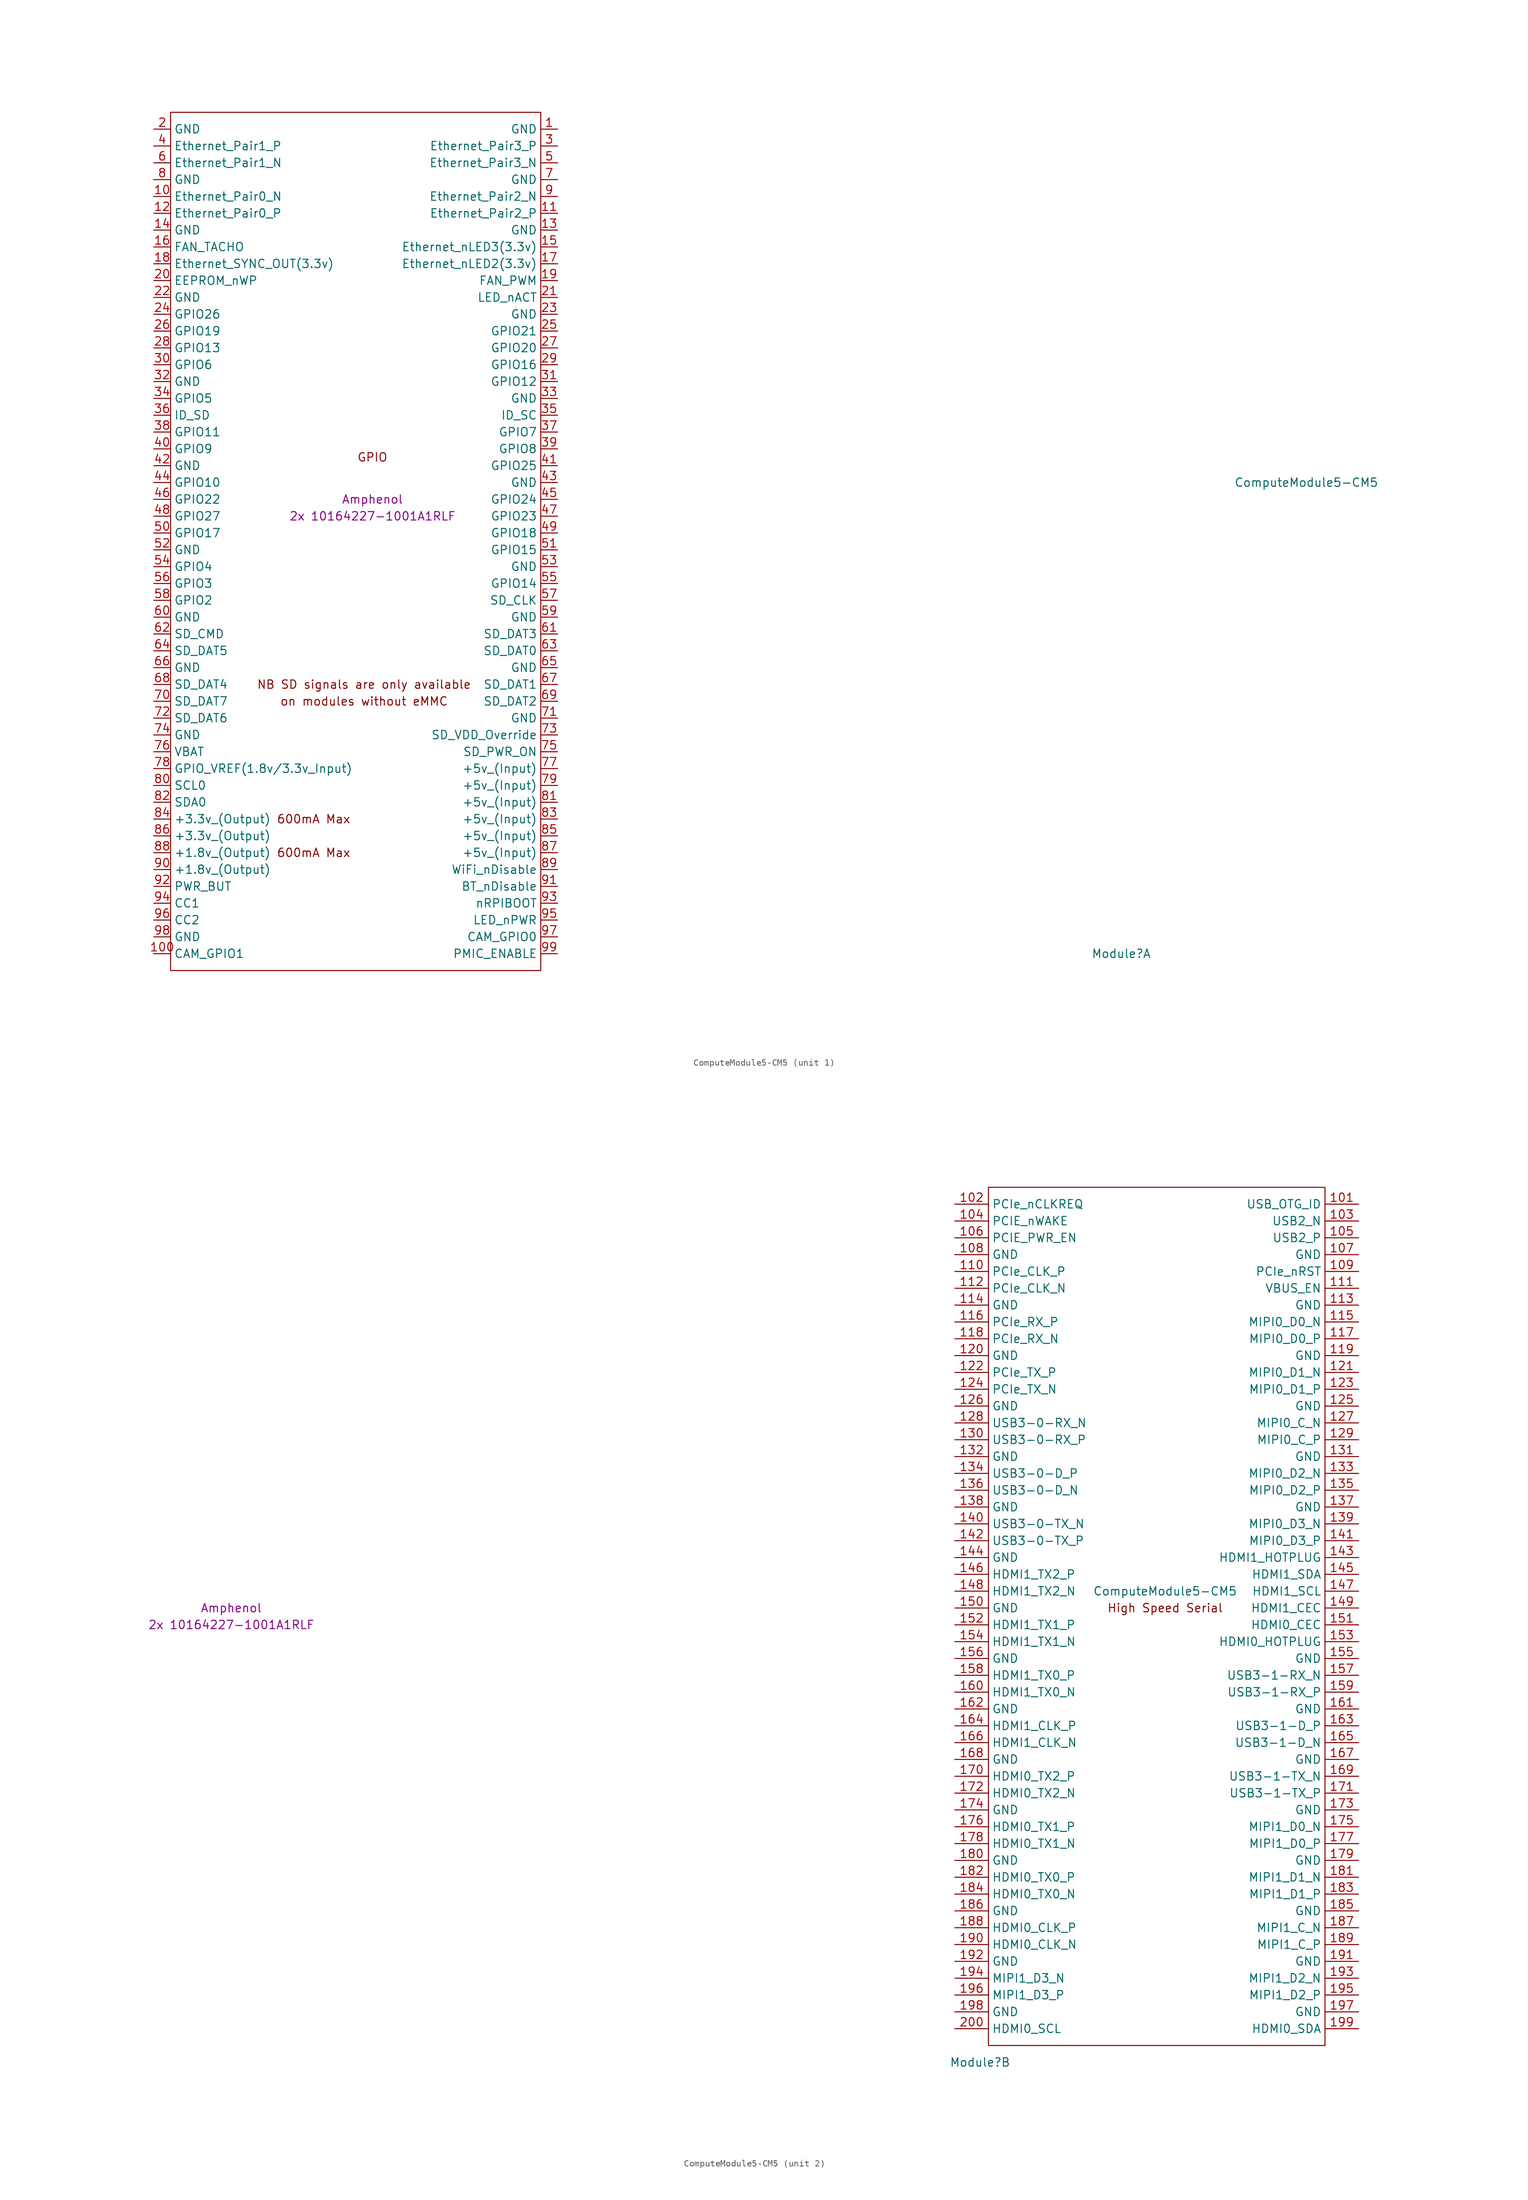
<source format=kicad_sym>
(kicad_symbol_lib
  (version 20241209)
  (generator "kicad_symbol_editor")
  (generator_version "9.0")
  (symbol "ComputeModule5-CM5"
    (property "Reference" "Module"
      (at 113.03 -68.58 0)
      (effects (font (size 1.27 1.27))))
    (property "Value" "ComputeModule5-CM5"
      (at 140.97 2.54 0)
      (effects (font (size 1.27 1.27))))
    (property "Field4" "Amphenol"
      (at 0 0 0)
      (effects (font (size 1.27 1.27))))
    (property "Field5" "2x 10164227-1001A1RLF"
      (at 0 -2.54 0)
      (effects (font (size 1.27 1.27))))
    (property "ki_locked" ""
      (at 0 0 0)
      (effects (font (size 1.27 1.27))))
    (symbol "ComputeModule5-CM5_1_0"
      (text "GPIO" (at 0 6.35 0) (effects (font (size 1.27 1.27)))))
    (symbol "ComputeModule5-CM5_1_1"
      (rectangle (start -30.48 -71.12) (end 25.4 58.42) (stroke (width 0) (type default)) (fill (type none)))
      (text "600mA Max" (at -8.89 -48.26 0) (effects (font (size 1.27 1.27))))
      (text "600mA Max" (at -8.89 -53.34 0) (effects (font (size 1.27 1.27))))
      (text "NB SD signals are only available" (at -1.27 -27.94 0) (effects (font (size 1.27 1.27))))
      (text "on modules without eMMC" (at -1.27 -30.48 0) (effects (font (size 1.27 1.27))))
      (pin power_in line (at -33.02 55.88 0) (length 2.54) (name "GND" (effects (font (size 1.27 1.27)))) (number "2" (effects (font (size 1.27 1.27)))))
      (pin passive line (at -33.02 53.34 0) (length 2.54) (name "Ethernet_Pair1_P" (effects (font (size 1.27 1.27)))) (number "4" (effects (font (size 1.27 1.27)))))
      (pin passive line (at -33.02 50.8 0) (length 2.54) (name "Ethernet_Pair1_N" (effects (font (size 1.27 1.27)))) (number "6" (effects (font (size 1.27 1.27)))))
      (pin power_in line (at -33.02 48.26 0) (length 2.54) (name "GND" (effects (font (size 1.27 1.27)))) (number "8" (effects (font (size 1.27 1.27)))))
      (pin passive line (at -33.02 45.72 0) (length 2.54) (name "Ethernet_Pair0_N" (effects (font (size 1.27 1.27)))) (number "10" (effects (font (size 1.27 1.27)))))
      (pin passive line (at -33.02 43.18 0) (length 2.54) (name "Ethernet_Pair0_P" (effects (font (size 1.27 1.27)))) (number "12" (effects (font (size 1.27 1.27)))))
      (pin power_in line (at -33.02 40.64 0) (length 2.54) (name "GND" (effects (font (size 1.27 1.27)))) (number "14" (effects (font (size 1.27 1.27)))))
      (pin input line (at -33.02 38.1 0) (length 2.54) (name "FAN_TACHO" (effects (font (size 1.27 1.27)))) (number "16" (effects (font (size 1.27 1.27)))))
      (pin input line (at -33.02 35.56 0) (length 2.54) (name "Ethernet_SYNC_OUT(3.3v)" (effects (font (size 1.27 1.27)))) (number "18" (effects (font (size 1.27 1.27)))))
      (pin passive line (at -33.02 33.02 0) (length 2.54) (name "EEPROM_nWP" (effects (font (size 1.27 1.27)))) (number "20" (effects (font (size 1.27 1.27)))))
      (pin power_in line (at -33.02 30.48 0) (length 2.54) (name "GND" (effects (font (size 1.27 1.27)))) (number "22" (effects (font (size 1.27 1.27)))))
      (pin passive line (at -33.02 27.94 0) (length 2.54) (name "GPIO26" (effects (font (size 1.27 1.27)))) (number "24" (effects (font (size 1.27 1.27)))))
      (pin passive line (at -33.02 25.4 0) (length 2.54) (name "GPIO19" (effects (font (size 1.27 1.27)))) (number "26" (effects (font (size 1.27 1.27)))))
      (pin passive line (at -33.02 22.86 0) (length 2.54) (name "GPIO13" (effects (font (size 1.27 1.27)))) (number "28" (effects (font (size 1.27 1.27)))))
      (pin passive line (at -33.02 20.32 0) (length 2.54) (name "GPIO6" (effects (font (size 1.27 1.27)))) (number "30" (effects (font (size 1.27 1.27)))))
      (pin power_in line (at -33.02 17.78 0) (length 2.54) (name "GND" (effects (font (size 1.27 1.27)))) (number "32" (effects (font (size 1.27 1.27)))))
      (pin passive line (at -33.02 15.24 0) (length 2.54) (name "GPIO5" (effects (font (size 1.27 1.27)))) (number "34" (effects (font (size 1.27 1.27)))))
      (pin passive line (at -33.02 12.7 0) (length 2.54) (name "ID_SD" (effects (font (size 1.27 1.27)))) (number "36" (effects (font (size 1.27 1.27)))))
      (pin passive line (at -33.02 10.16 0) (length 2.54) (name "GPIO11" (effects (font (size 1.27 1.27)))) (number "38" (effects (font (size 1.27 1.27)))))
      (pin passive line (at -33.02 7.62 0) (length 2.54) (name "GPIO9" (effects (font (size 1.27 1.27)))) (number "40" (effects (font (size 1.27 1.27)))))
      (pin power_in line (at -33.02 5.08 0) (length 2.54) (name "GND" (effects (font (size 1.27 1.27)))) (number "42" (effects (font (size 1.27 1.27)))))
      (pin passive line (at -33.02 2.54 0) (length 2.54) (name "GPIO10" (effects (font (size 1.27 1.27)))) (number "44" (effects (font (size 1.27 1.27)))))
      (pin passive line (at -33.02 0 0) (length 2.54) (name "GPIO22" (effects (font (size 1.27 1.27)))) (number "46" (effects (font (size 1.27 1.27)))))
      (pin passive line (at -33.02 -2.54 0) (length 2.54) (name "GPIO27" (effects (font (size 1.27 1.27)))) (number "48" (effects (font (size 1.27 1.27)))))
      (pin passive line (at -33.02 -5.08 0) (length 2.54) (name "GPIO17" (effects (font (size 1.27 1.27)))) (number "50" (effects (font (size 1.27 1.27)))))
      (pin power_in line (at -33.02 -7.62 0) (length 2.54) (name "GND" (effects (font (size 1.27 1.27)))) (number "52" (effects (font (size 1.27 1.27)))))
      (pin passive line (at -33.02 -10.16 0) (length 2.54) (name "GPIO4" (effects (font (size 1.27 1.27)))) (number "54" (effects (font (size 1.27 1.27)))))
      (pin passive line (at -33.02 -12.7 0) (length 2.54) (name "GPIO3" (effects (font (size 1.27 1.27)))) (number "56" (effects (font (size 1.27 1.27)))))
      (pin passive line (at -33.02 -15.24 0) (length 2.54) (name "GPIO2" (effects (font (size 1.27 1.27)))) (number "58" (effects (font (size 1.27 1.27)))))
      (pin power_in line (at -33.02 -17.78 0) (length 2.54) (name "GND" (effects (font (size 1.27 1.27)))) (number "60" (effects (font (size 1.27 1.27)))))
      (pin passive line (at -33.02 -20.32 0) (length 2.54) (name "SD_CMD" (effects (font (size 1.27 1.27)))) (number "62" (effects (font (size 1.27 1.27)))))
      (pin passive line (at -33.02 -22.86 0) (length 2.54) (name "SD_DAT5" (effects (font (size 1.27 1.27)))) (number "64" (effects (font (size 1.27 1.27)))))
      (pin power_in line (at -33.02 -25.4 0) (length 2.54) (name "GND" (effects (font (size 1.27 1.27)))) (number "66" (effects (font (size 1.27 1.27)))))
      (pin passive line (at -33.02 -27.94 0) (length 2.54) (name "SD_DAT4" (effects (font (size 1.27 1.27)))) (number "68" (effects (font (size 1.27 1.27)))))
      (pin passive line (at -33.02 -30.48 0) (length 2.54) (name "SD_DAT7" (effects (font (size 1.27 1.27)))) (number "70" (effects (font (size 1.27 1.27)))))
      (pin passive line (at -33.02 -33.02 0) (length 2.54) (name "SD_DAT6" (effects (font (size 1.27 1.27)))) (number "72" (effects (font (size 1.27 1.27)))))
      (pin power_in line (at -33.02 -35.56 0) (length 2.54) (name "GND" (effects (font (size 1.27 1.27)))) (number "74" (effects (font (size 1.27 1.27)))))
      (pin passive line (at -33.02 -38.1 0) (length 2.54) (name "VBAT" (effects (font (size 1.27 1.27)))) (number "76" (effects (font (size 1.27 1.27)))))
      (pin power_in line (at -33.02 -40.64 0) (length 2.54) (name "GPIO_VREF(1.8v/3.3v_Input)" (effects (font (size 1.27 1.27)))) (number "78" (effects (font (size 1.27 1.27)))))
      (pin passive line (at -33.02 -43.18 0) (length 2.54) (name "SCL0" (effects (font (size 1.27 1.27)))) (number "80" (effects (font (size 1.27 1.27)))))
      (pin passive line (at -33.02 -45.72 0) (length 2.54) (name "SDA0" (effects (font (size 1.27 1.27)))) (number "82" (effects (font (size 1.27 1.27)))))
      (pin power_out line (at -33.02 -48.26 0) (length 2.54) (name "+3.3v_(Output)" (effects (font (size 1.27 1.27)))) (number "84" (effects (font (size 1.27 1.27)))))
      (pin passive line (at -33.02 -50.8 0) (length 2.54) (name "+3.3v_(Output)" (effects (font (size 1.27 1.27)))) (number "86" (effects (font (size 1.27 1.27)))))
      (pin power_out line (at -33.02 -53.34 0) (length 2.54) (name "+1.8v_(Output)" (effects (font (size 1.27 1.27)))) (number "88" (effects (font (size 1.27 1.27)))))
      (pin passive line (at -33.02 -55.88 0) (length 2.54) (name "+1.8v_(Output)" (effects (font (size 1.27 1.27)))) (number "90" (effects (font (size 1.27 1.27)))))
      (pin passive line (at -33.02 -58.42 0) (length 2.54) (name "PWR_BUT" (effects (font (size 1.27 1.27)))) (number "92" (effects (font (size 1.27 1.27)))))
      (pin passive line (at -33.02 -60.96 0) (length 2.54) (name "CC1" (effects (font (size 1.27 1.27)))) (number "94" (effects (font (size 1.27 1.27)))))
      (pin passive line (at -33.02 -63.5 0) (length 2.54) (name "CC2" (effects (font (size 1.27 1.27)))) (number "96" (effects (font (size 1.27 1.27)))))
      (pin power_in line (at -33.02 -66.04 0) (length 2.54) (name "GND" (effects (font (size 1.27 1.27)))) (number "98" (effects (font (size 1.27 1.27)))))
      (pin passive line (at -33.02 -68.58 0) (length 2.54) (name "CAM_GPIO1" (effects (font (size 1.27 1.27)))) (number "100" (effects (font (size 1.27 1.27)))))
      (pin power_in line (at 27.94 55.88 180) (length 2.54) (name "GND" (effects (font (size 1.27 1.27)))) (number "1" (effects (font (size 1.27 1.27)))))
      (pin passive line (at 27.94 53.34 180) (length 2.54) (name "Ethernet_Pair3_P" (effects (font (size 1.27 1.27)))) (number "3" (effects (font (size 1.27 1.27)))))
      (pin passive line (at 27.94 50.8 180) (length 2.54) (name "Ethernet_Pair3_N" (effects (font (size 1.27 1.27)))) (number "5" (effects (font (size 1.27 1.27)))))
      (pin power_in line (at 27.94 48.26 180) (length 2.54) (name "GND" (effects (font (size 1.27 1.27)))) (number "7" (effects (font (size 1.27 1.27)))))
      (pin passive line (at 27.94 45.72 180) (length 2.54) (name "Ethernet_Pair2_N" (effects (font (size 1.27 1.27)))) (number "9" (effects (font (size 1.27 1.27)))))
      (pin passive line (at 27.94 43.18 180) (length 2.54) (name "Ethernet_Pair2_P" (effects (font (size 1.27 1.27)))) (number "11" (effects (font (size 1.27 1.27)))))
      (pin power_in line (at 27.94 40.64 180) (length 2.54) (name "GND" (effects (font (size 1.27 1.27)))) (number "13" (effects (font (size 1.27 1.27)))))
      (pin output line (at 27.94 38.1 180) (length 2.54) (name "Ethernet_nLED3(3.3v)" (effects (font (size 1.27 1.27)))) (number "15" (effects (font (size 1.27 1.27)))))
      (pin output line (at 27.94 35.56 180) (length 2.54) (name "Ethernet_nLED2(3.3v)" (effects (font (size 1.27 1.27)))) (number "17" (effects (font (size 1.27 1.27)))))
      (pin output line (at 27.94 33.02 180) (length 2.54) (name "FAN_PWM" (effects (font (size 1.27 1.27)))) (number "19" (effects (font (size 1.27 1.27)))))
      (pin open_collector line (at 27.94 30.48 180) (length 2.54) (name "LED_nACT" (effects (font (size 1.27 1.27)))) (number "21" (effects (font (size 1.27 1.27)))))
      (pin power_in line (at 27.94 27.94 180) (length 2.54) (name "GND" (effects (font (size 1.27 1.27)))) (number "23" (effects (font (size 1.27 1.27)))))
      (pin passive line (at 27.94 25.4 180) (length 2.54) (name "GPIO21" (effects (font (size 1.27 1.27)))) (number "25" (effects (font (size 1.27 1.27)))))
      (pin passive line (at 27.94 22.86 180) (length 2.54) (name "GPIO20" (effects (font (size 1.27 1.27)))) (number "27" (effects (font (size 1.27 1.27)))))
      (pin passive line (at 27.94 20.32 180) (length 2.54) (name "GPIO16" (effects (font (size 1.27 1.27)))) (number "29" (effects (font (size 1.27 1.27)))))
      (pin passive line (at 27.94 17.78 180) (length 2.54) (name "GPIO12" (effects (font (size 1.27 1.27)))) (number "31" (effects (font (size 1.27 1.27)))))
      (pin power_in line (at 27.94 15.24 180) (length 2.54) (name "GND" (effects (font (size 1.27 1.27)))) (number "33" (effects (font (size 1.27 1.27)))))
      (pin passive line (at 27.94 12.7 180) (length 2.54) (name "ID_SC" (effects (font (size 1.27 1.27)))) (number "35" (effects (font (size 1.27 1.27)))))
      (pin passive line (at 27.94 10.16 180) (length 2.54) (name "GPIO7" (effects (font (size 1.27 1.27)))) (number "37" (effects (font (size 1.27 1.27)))))
      (pin passive line (at 27.94 7.62 180) (length 2.54) (name "GPIO8" (effects (font (size 1.27 1.27)))) (number "39" (effects (font (size 1.27 1.27)))))
      (pin passive line (at 27.94 5.08 180) (length 2.54) (name "GPIO25" (effects (font (size 1.27 1.27)))) (number "41" (effects (font (size 1.27 1.27)))))
      (pin power_in line (at 27.94 2.54 180) (length 2.54) (name "GND" (effects (font (size 1.27 1.27)))) (number "43" (effects (font (size 1.27 1.27)))))
      (pin passive line (at 27.94 0 180) (length 2.54) (name "GPIO24" (effects (font (size 1.27 1.27)))) (number "45" (effects (font (size 1.27 1.27)))))
      (pin passive line (at 27.94 -2.54 180) (length 2.54) (name "GPIO23" (effects (font (size 1.27 1.27)))) (number "47" (effects (font (size 1.27 1.27)))))
      (pin passive line (at 27.94 -5.08 180) (length 2.54) (name "GPIO18" (effects (font (size 1.27 1.27)))) (number "49" (effects (font (size 1.27 1.27)))))
      (pin passive line (at 27.94 -7.62 180) (length 2.54) (name "GPIO15" (effects (font (size 1.27 1.27)))) (number "51" (effects (font (size 1.27 1.27)))))
      (pin power_in line (at 27.94 -10.16 180) (length 2.54) (name "GND" (effects (font (size 1.27 1.27)))) (number "53" (effects (font (size 1.27 1.27)))))
      (pin passive line (at 27.94 -12.7 180) (length 2.54) (name "GPIO14" (effects (font (size 1.27 1.27)))) (number "55" (effects (font (size 1.27 1.27)))))
      (pin passive line (at 27.94 -15.24 180) (length 2.54) (name "SD_CLK" (effects (font (size 1.27 1.27)))) (number "57" (effects (font (size 1.27 1.27)))))
      (pin power_in line (at 27.94 -17.78 180) (length 2.54) (name "GND" (effects (font (size 1.27 1.27)))) (number "59" (effects (font (size 1.27 1.27)))))
      (pin passive line (at 27.94 -20.32 180) (length 2.54) (name "SD_DAT3" (effects (font (size 1.27 1.27)))) (number "61" (effects (font (size 1.27 1.27)))))
      (pin passive line (at 27.94 -22.86 180) (length 2.54) (name "SD_DAT0" (effects (font (size 1.27 1.27)))) (number "63" (effects (font (size 1.27 1.27)))))
      (pin power_in line (at 27.94 -25.4 180) (length 2.54) (name "GND" (effects (font (size 1.27 1.27)))) (number "65" (effects (font (size 1.27 1.27)))))
      (pin passive line (at 27.94 -27.94 180) (length 2.54) (name "SD_DAT1" (effects (font (size 1.27 1.27)))) (number "67" (effects (font (size 1.27 1.27)))))
      (pin passive line (at 27.94 -30.48 180) (length 2.54) (name "SD_DAT2" (effects (font (size 1.27 1.27)))) (number "69" (effects (font (size 1.27 1.27)))))
      (pin power_in line (at 27.94 -33.02 180) (length 2.54) (name "GND" (effects (font (size 1.27 1.27)))) (number "71" (effects (font (size 1.27 1.27)))))
      (pin input line (at 27.94 -35.56 180) (length 2.54) (name "SD_VDD_Override" (effects (font (size 1.27 1.27)))) (number "73" (effects (font (size 1.27 1.27)))))
      (pin output line (at 27.94 -38.1 180) (length 2.54) (name "SD_PWR_ON" (effects (font (size 1.27 1.27)))) (number "75" (effects (font (size 1.27 1.27)))))
      (pin power_in line (at 27.94 -40.64 180) (length 2.54) (name "+5v_(Input)" (effects (font (size 1.27 1.27)))) (number "77" (effects (font (size 1.27 1.27)))))
      (pin power_in line (at 27.94 -43.18 180) (length 2.54) (name "+5v_(Input)" (effects (font (size 1.27 1.27)))) (number "79" (effects (font (size 1.27 1.27)))))
      (pin power_in line (at 27.94 -45.72 180) (length 2.54) (name "+5v_(Input)" (effects (font (size 1.27 1.27)))) (number "81" (effects (font (size 1.27 1.27)))))
      (pin power_in line (at 27.94 -48.26 180) (length 2.54) (name "+5v_(Input)" (effects (font (size 1.27 1.27)))) (number "83" (effects (font (size 1.27 1.27)))))
      (pin power_in line (at 27.94 -50.8 180) (length 2.54) (name "+5v_(Input)" (effects (font (size 1.27 1.27)))) (number "85" (effects (font (size 1.27 1.27)))))
      (pin power_in line (at 27.94 -53.34 180) (length 2.54) (name "+5v_(Input)" (effects (font (size 1.27 1.27)))) (number "87" (effects (font (size 1.27 1.27)))))
      (pin input line (at 27.94 -55.88 180) (length 2.54) (name "WiFi_nDisable" (effects (font (size 1.27 1.27)))) (number "89" (effects (font (size 1.27 1.27)))))
      (pin input line (at 27.94 -58.42 180) (length 2.54) (name "BT_nDisable" (effects (font (size 1.27 1.27)))) (number "91" (effects (font (size 1.27 1.27)))))
      (pin input line (at 27.94 -60.96 180) (length 2.54) (name "nRPIBOOT" (effects (font (size 1.27 1.27)))) (number "93" (effects (font (size 1.27 1.27)))))
      (pin output line (at 27.94 -63.5 180) (length 2.54) (name "LED_nPWR" (effects (font (size 1.27 1.27)))) (number "95" (effects (font (size 1.27 1.27)))))
      (pin passive line (at 27.94 -66.04 180) (length 2.54) (name "CAM_GPIO0" (effects (font (size 1.27 1.27)))) (number "97" (effects (font (size 1.27 1.27)))))
      (pin input line (at 27.94 -68.58 180) (length 2.54) (name "PMIC_ENABLE" (effects (font (size 1.27 1.27)))) (number "99" (effects (font (size 1.27 1.27))))))
    (symbol "ComputeModule5-CM5_2_1"
      (rectangle (start 114.3 -66.04) (end 165.1 63.5) (stroke (width 0) (type default)) (fill (type none)))
      (text "High Speed Serial" (at 140.97 0 0) (effects (font (size 1.27 1.27))))
      (pin input line (at 109.22 60.96 0) (length 5.08) (name "PCIe_nCLKREQ" (effects (font (size 1.27 1.27)))) (number "102" (effects (font (size 1.27 1.27)))))
      (pin input line (at 109.22 58.42 0) (length 5.08) (name "PCIE_nWAKE" (effects (font (size 1.27 1.27)))) (number "104" (effects (font (size 1.27 1.27)))))
      (pin output line (at 109.22 55.88 0) (length 5.08) (name "PCIE_PWR_EN" (effects (font (size 1.27 1.27)))) (number "106" (effects (font (size 1.27 1.27)))))
      (pin power_in line (at 109.22 53.34 0) (length 5.08) (name "GND" (effects (font (size 1.27 1.27)))) (number "108" (effects (font (size 1.27 1.27)))))
      (pin output line (at 109.22 50.8 0) (length 5.08) (name "PCIe_CLK_P" (effects (font (size 1.27 1.27)))) (number "110" (effects (font (size 1.27 1.27)))))
      (pin output line (at 109.22 48.26 0) (length 5.08) (name "PCIe_CLK_N" (effects (font (size 1.27 1.27)))) (number "112" (effects (font (size 1.27 1.27)))))
      (pin power_in line (at 109.22 45.72 0) (length 5.08) (name "GND" (effects (font (size 1.27 1.27)))) (number "114" (effects (font (size 1.27 1.27)))))
      (pin input line (at 109.22 43.18 0) (length 5.08) (name "PCIe_RX_P" (effects (font (size 1.27 1.27)))) (number "116" (effects (font (size 1.27 1.27)))))
      (pin input line (at 109.22 40.64 0) (length 5.08) (name "PCIe_RX_N" (effects (font (size 1.27 1.27)))) (number "118" (effects (font (size 1.27 1.27)))))
      (pin power_in line (at 109.22 38.1 0) (length 5.08) (name "GND" (effects (font (size 1.27 1.27)))) (number "120" (effects (font (size 1.27 1.27)))))
      (pin output line (at 109.22 35.56 0) (length 5.08) (name "PCIe_TX_P" (effects (font (size 1.27 1.27)))) (number "122" (effects (font (size 1.27 1.27)))))
      (pin output line (at 109.22 33.02 0) (length 5.08) (name "PCIe_TX_N" (effects (font (size 1.27 1.27)))) (number "124" (effects (font (size 1.27 1.27)))))
      (pin power_in line (at 109.22 30.48 0) (length 5.08) (name "GND" (effects (font (size 1.27 1.27)))) (number "126" (effects (font (size 1.27 1.27)))))
      (pin input line (at 109.22 27.94 0) (length 5.08) (name "USB3-0-RX_N" (effects (font (size 1.27 1.27)))) (number "128" (effects (font (size 1.27 1.27)))))
      (pin input line (at 109.22 25.4 0) (length 5.08) (name "USB3-0-RX_P" (effects (font (size 1.27 1.27)))) (number "130" (effects (font (size 1.27 1.27)))))
      (pin power_in line (at 109.22 22.86 0) (length 5.08) (name "GND" (effects (font (size 1.27 1.27)))) (number "132" (effects (font (size 1.27 1.27)))))
      (pin passive line (at 109.22 20.32 0) (length 5.08) (name "USB3-0-D_P" (effects (font (size 1.27 1.27)))) (number "134" (effects (font (size 1.27 1.27)))))
      (pin passive line (at 109.22 17.78 0) (length 5.08) (name "USB3-0-D_N" (effects (font (size 1.27 1.27)))) (number "136" (effects (font (size 1.27 1.27)))))
      (pin power_in line (at 109.22 15.24 0) (length 5.08) (name "GND" (effects (font (size 1.27 1.27)))) (number "138" (effects (font (size 1.27 1.27)))))
      (pin output line (at 109.22 12.7 0) (length 5.08) (name "USB3-0-TX_N" (effects (font (size 1.27 1.27)))) (number "140" (effects (font (size 1.27 1.27)))))
      (pin output line (at 109.22 10.16 0) (length 5.08) (name "USB3-0-TX_P" (effects (font (size 1.27 1.27)))) (number "142" (effects (font (size 1.27 1.27)))))
      (pin power_in line (at 109.22 7.62 0) (length 5.08) (name "GND" (effects (font (size 1.27 1.27)))) (number "144" (effects (font (size 1.27 1.27)))))
      (pin output line (at 109.22 5.08 0) (length 5.08) (name "HDMI1_TX2_P" (effects (font (size 1.27 1.27)))) (number "146" (effects (font (size 1.27 1.27)))))
      (pin output line (at 109.22 2.54 0) (length 5.08) (name "HDMI1_TX2_N" (effects (font (size 1.27 1.27)))) (number "148" (effects (font (size 1.27 1.27)))))
      (pin power_in line (at 109.22 0 0) (length 5.08) (name "GND" (effects (font (size 1.27 1.27)))) (number "150" (effects (font (size 1.27 1.27)))))
      (pin output line (at 109.22 -2.54 0) (length 5.08) (name "HDMI1_TX1_P" (effects (font (size 1.27 1.27)))) (number "152" (effects (font (size 1.27 1.27)))))
      (pin output line (at 109.22 -5.08 0) (length 5.08) (name "HDMI1_TX1_N" (effects (font (size 1.27 1.27)))) (number "154" (effects (font (size 1.27 1.27)))))
      (pin power_in line (at 109.22 -7.62 0) (length 5.08) (name "GND" (effects (font (size 1.27 1.27)))) (number "156" (effects (font (size 1.27 1.27)))))
      (pin output line (at 109.22 -10.16 0) (length 5.08) (name "HDMI1_TX0_P" (effects (font (size 1.27 1.27)))) (number "158" (effects (font (size 1.27 1.27)))))
      (pin output line (at 109.22 -12.7 0) (length 5.08) (name "HDMI1_TX0_N" (effects (font (size 1.27 1.27)))) (number "160" (effects (font (size 1.27 1.27)))))
      (pin power_in line (at 109.22 -15.24 0) (length 5.08) (name "GND" (effects (font (size 1.27 1.27)))) (number "162" (effects (font (size 1.27 1.27)))))
      (pin output line (at 109.22 -17.78 0) (length 5.08) (name "HDMI1_CLK_P" (effects (font (size 1.27 1.27)))) (number "164" (effects (font (size 1.27 1.27)))))
      (pin output line (at 109.22 -20.32 0) (length 5.08) (name "HDMI1_CLK_N" (effects (font (size 1.27 1.27)))) (number "166" (effects (font (size 1.27 1.27)))))
      (pin power_in line (at 109.22 -22.86 0) (length 5.08) (name "GND" (effects (font (size 1.27 1.27)))) (number "168" (effects (font (size 1.27 1.27)))))
      (pin output line (at 109.22 -25.4 0) (length 5.08) (name "HDMI0_TX2_P" (effects (font (size 1.27 1.27)))) (number "170" (effects (font (size 1.27 1.27)))))
      (pin output line (at 109.22 -27.94 0) (length 5.08) (name "HDMI0_TX2_N" (effects (font (size 1.27 1.27)))) (number "172" (effects (font (size 1.27 1.27)))))
      (pin power_in line (at 109.22 -30.48 0) (length 5.08) (name "GND" (effects (font (size 1.27 1.27)))) (number "174" (effects (font (size 1.27 1.27)))))
      (pin output line (at 109.22 -33.02 0) (length 5.08) (name "HDMI0_TX1_P" (effects (font (size 1.27 1.27)))) (number "176" (effects (font (size 1.27 1.27)))))
      (pin output line (at 109.22 -35.56 0) (length 5.08) (name "HDMI0_TX1_N" (effects (font (size 1.27 1.27)))) (number "178" (effects (font (size 1.27 1.27)))))
      (pin power_in line (at 109.22 -38.1 0) (length 5.08) (name "GND" (effects (font (size 1.27 1.27)))) (number "180" (effects (font (size 1.27 1.27)))))
      (pin output line (at 109.22 -40.64 0) (length 5.08) (name "HDMI0_TX0_P" (effects (font (size 1.27 1.27)))) (number "182" (effects (font (size 1.27 1.27)))))
      (pin output line (at 109.22 -43.18 0) (length 5.08) (name "HDMI0_TX0_N" (effects (font (size 1.27 1.27)))) (number "184" (effects (font (size 1.27 1.27)))))
      (pin power_in line (at 109.22 -45.72 0) (length 5.08) (name "GND" (effects (font (size 1.27 1.27)))) (number "186" (effects (font (size 1.27 1.27)))))
      (pin output line (at 109.22 -48.26 0) (length 5.08) (name "HDMI0_CLK_P" (effects (font (size 1.27 1.27)))) (number "188" (effects (font (size 1.27 1.27)))))
      (pin output line (at 109.22 -50.8 0) (length 5.08) (name "HDMI0_CLK_N" (effects (font (size 1.27 1.27)))) (number "190" (effects (font (size 1.27 1.27)))))
      (pin power_in line (at 109.22 -53.34 0) (length 5.08) (name "GND" (effects (font (size 1.27 1.27)))) (number "192" (effects (font (size 1.27 1.27)))))
      (pin output line (at 109.22 -55.88 0) (length 5.08) (name "MIPI1_D3_N" (effects (font (size 1.27 1.27)))) (number "194" (effects (font (size 1.27 1.27)))))
      (pin output line (at 109.22 -58.42 0) (length 5.08) (name "MIPI1_D3_P" (effects (font (size 1.27 1.27)))) (number "196" (effects (font (size 1.27 1.27)))))
      (pin power_in line (at 109.22 -60.96 0) (length 5.08) (name "GND" (effects (font (size 1.27 1.27)))) (number "198" (effects (font (size 1.27 1.27)))))
      (pin open_collector line (at 109.22 -63.5 0) (length 5.08) (name "HDMI0_SCL" (effects (font (size 1.27 1.27)))) (number "200" (effects (font (size 1.27 1.27)))))
      (pin input line (at 170.18 60.96 180) (length 5.08) (name "USB_OTG_ID" (effects (font (size 1.27 1.27)))) (number "101" (effects (font (size 1.27 1.27)))))
      (pin passive line (at 170.18 58.42 180) (length 5.08) (name "USB2_N" (effects (font (size 1.27 1.27)))) (number "103" (effects (font (size 1.27 1.27)))))
      (pin passive line (at 170.18 55.88 180) (length 5.08) (name "USB2_P" (effects (font (size 1.27 1.27)))) (number "105" (effects (font (size 1.27 1.27)))))
      (pin power_in line (at 170.18 53.34 180) (length 5.08) (name "GND" (effects (font (size 1.27 1.27)))) (number "107" (effects (font (size 1.27 1.27)))))
      (pin output line (at 170.18 50.8 180) (length 5.08) (name "PCIe_nRST" (effects (font (size 1.27 1.27)))) (number "109" (effects (font (size 1.27 1.27)))))
      (pin output line (at 170.18 48.26 180) (length 5.08) (name "VBUS_EN" (effects (font (size 1.27 1.27)))) (number "111" (effects (font (size 1.27 1.27)))))
      (pin power_in line (at 170.18 45.72 180) (length 5.08) (name "GND" (effects (font (size 1.27 1.27)))) (number "113" (effects (font (size 1.27 1.27)))))
      (pin input line (at 170.18 43.18 180) (length 5.08) (name "MIPI0_D0_N" (effects (font (size 1.27 1.27)))) (number "115" (effects (font (size 1.27 1.27)))))
      (pin input line (at 170.18 40.64 180) (length 5.08) (name "MIPI0_D0_P" (effects (font (size 1.27 1.27)))) (number "117" (effects (font (size 1.27 1.27)))))
      (pin power_in line (at 170.18 38.1 180) (length 5.08) (name "GND" (effects (font (size 1.27 1.27)))) (number "119" (effects (font (size 1.27 1.27)))))
      (pin input line (at 170.18 35.56 180) (length 5.08) (name "MIPI0_D1_N" (effects (font (size 1.27 1.27)))) (number "121" (effects (font (size 1.27 1.27)))))
      (pin input line (at 170.18 33.02 180) (length 5.08) (name "MIPI0_D1_P" (effects (font (size 1.27 1.27)))) (number "123" (effects (font (size 1.27 1.27)))))
      (pin power_in line (at 170.18 30.48 180) (length 5.08) (name "GND" (effects (font (size 1.27 1.27)))) (number "125" (effects (font (size 1.27 1.27)))))
      (pin input line (at 170.18 27.94 180) (length 5.08) (name "MIPI0_C_N" (effects (font (size 1.27 1.27)))) (number "127" (effects (font (size 1.27 1.27)))))
      (pin input line (at 170.18 25.4 180) (length 5.08) (name "MIPI0_C_P" (effects (font (size 1.27 1.27)))) (number "129" (effects (font (size 1.27 1.27)))))
      (pin power_in line (at 170.18 22.86 180) (length 5.08) (name "GND" (effects (font (size 1.27 1.27)))) (number "131" (effects (font (size 1.27 1.27)))))
      (pin input line (at 170.18 20.32 180) (length 5.08) (name "MIPI0_D2_N" (effects (font (size 1.27 1.27)))) (number "133" (effects (font (size 1.27 1.27)))))
      (pin input line (at 170.18 17.78 180) (length 5.08) (name "MIPI0_D2_P" (effects (font (size 1.27 1.27)))) (number "135" (effects (font (size 1.27 1.27)))))
      (pin power_in line (at 170.18 15.24 180) (length 5.08) (name "GND" (effects (font (size 1.27 1.27)))) (number "137" (effects (font (size 1.27 1.27)))))
      (pin input line (at 170.18 12.7 180) (length 5.08) (name "MIPI0_D3_N" (effects (font (size 1.27 1.27)))) (number "139" (effects (font (size 1.27 1.27)))))
      (pin input line (at 170.18 10.16 180) (length 5.08) (name "MIPI0_D3_P" (effects (font (size 1.27 1.27)))) (number "141" (effects (font (size 1.27 1.27)))))
      (pin input line (at 170.18 7.62 180) (length 5.08) (name "HDMI1_HOTPLUG" (effects (font (size 1.27 1.27)))) (number "143" (effects (font (size 1.27 1.27)))))
      (pin bidirectional line (at 170.18 5.08 180) (length 5.08) (name "HDMI1_SDA" (effects (font (size 1.27 1.27)))) (number "145" (effects (font (size 1.27 1.27)))))
      (pin open_collector line (at 170.18 2.54 180) (length 5.08) (name "HDMI1_SCL" (effects (font (size 1.27 1.27)))) (number "147" (effects (font (size 1.27 1.27)))))
      (pin open_collector line (at 170.18 0 180) (length 5.08) (name "HDMI1_CEC" (effects (font (size 1.27 1.27)))) (number "149" (effects (font (size 1.27 1.27)))))
      (pin open_collector line (at 170.18 -2.54 180) (length 5.08) (name "HDMI0_CEC" (effects (font (size 1.27 1.27)))) (number "151" (effects (font (size 1.27 1.27)))))
      (pin input line (at 170.18 -5.08 180) (length 5.08) (name "HDMI0_HOTPLUG" (effects (font (size 1.27 1.27)))) (number "153" (effects (font (size 1.27 1.27)))))
      (pin power_in line (at 170.18 -7.62 180) (length 5.08) (name "GND" (effects (font (size 1.27 1.27)))) (number "155" (effects (font (size 1.27 1.27)))))
      (pin input line (at 170.18 -10.16 180) (length 5.08) (name "USB3-1-RX_N" (effects (font (size 1.27 1.27)))) (number "157" (effects (font (size 1.27 1.27)))))
      (pin input line (at 170.18 -12.7 180) (length 5.08) (name "USB3-1-RX_P" (effects (font (size 1.27 1.27)))) (number "159" (effects (font (size 1.27 1.27)))))
      (pin power_in line (at 170.18 -15.24 180) (length 5.08) (name "GND" (effects (font (size 1.27 1.27)))) (number "161" (effects (font (size 1.27 1.27)))))
      (pin passive line (at 170.18 -17.78 180) (length 5.08) (name "USB3-1-D_P" (effects (font (size 1.27 1.27)))) (number "163" (effects (font (size 1.27 1.27)))))
      (pin passive line (at 170.18 -20.32 180) (length 5.08) (name "USB3-1-D_N" (effects (font (size 1.27 1.27)))) (number "165" (effects (font (size 1.27 1.27)))))
      (pin power_in line (at 170.18 -22.86 180) (length 5.08) (name "GND" (effects (font (size 1.27 1.27)))) (number "167" (effects (font (size 1.27 1.27)))))
      (pin output line (at 170.18 -25.4 180) (length 5.08) (name "USB3-1-TX_N" (effects (font (size 1.27 1.27)))) (number "169" (effects (font (size 1.27 1.27)))))
      (pin output line (at 170.18 -27.94 180) (length 5.08) (name "USB3-1-TX_P" (effects (font (size 1.27 1.27)))) (number "171" (effects (font (size 1.27 1.27)))))
      (pin power_in line (at 170.18 -30.48 180) (length 5.08) (name "GND" (effects (font (size 1.27 1.27)))) (number "173" (effects (font (size 1.27 1.27)))))
      (pin output line (at 170.18 -33.02 180) (length 5.08) (name "MIPI1_D0_N" (effects (font (size 1.27 1.27)))) (number "175" (effects (font (size 1.27 1.27)))))
      (pin output line (at 170.18 -35.56 180) (length 5.08) (name "MIPI1_D0_P" (effects (font (size 1.27 1.27)))) (number "177" (effects (font (size 1.27 1.27)))))
      (pin power_in line (at 170.18 -38.1 180) (length 5.08) (name "GND" (effects (font (size 1.27 1.27)))) (number "179" (effects (font (size 1.27 1.27)))))
      (pin output line (at 170.18 -40.64 180) (length 5.08) (name "MIPI1_D1_N" (effects (font (size 1.27 1.27)))) (number "181" (effects (font (size 1.27 1.27)))))
      (pin output line (at 170.18 -43.18 180) (length 5.08) (name "MIPI1_D1_P" (effects (font (size 1.27 1.27)))) (number "183" (effects (font (size 1.27 1.27)))))
      (pin power_in line (at 170.18 -45.72 180) (length 5.08) (name "GND" (effects (font (size 1.27 1.27)))) (number "185" (effects (font (size 1.27 1.27)))))
      (pin output line (at 170.18 -48.26 180) (length 5.08) (name "MIPI1_C_N" (effects (font (size 1.27 1.27)))) (number "187" (effects (font (size 1.27 1.27)))))
      (pin output line (at 170.18 -50.8 180) (length 5.08) (name "MIPI1_C_P" (effects (font (size 1.27 1.27)))) (number "189" (effects (font (size 1.27 1.27)))))
      (pin power_in line (at 170.18 -53.34 180) (length 5.08) (name "GND" (effects (font (size 1.27 1.27)))) (number "191" (effects (font (size 1.27 1.27)))))
      (pin output line (at 170.18 -55.88 180) (length 5.08) (name "MIPI1_D2_N" (effects (font (size 1.27 1.27)))) (number "193" (effects (font (size 1.27 1.27)))))
      (pin output line (at 170.18 -58.42 180) (length 5.08) (name "MIPI1_D2_P" (effects (font (size 1.27 1.27)))) (number "195" (effects (font (size 1.27 1.27)))))
      (pin power_in line (at 170.18 -60.96 180) (length 5.08) (name "GND" (effects (font (size 1.27 1.27)))) (number "197" (effects (font (size 1.27 1.27)))))
      (pin bidirectional line (at 170.18 -63.5 180) (length 5.08) (name "HDMI0_SDA" (effects (font (size 1.27 1.27)))) (number "199" (effects (font (size 1.27 1.27))))))))
</source>
